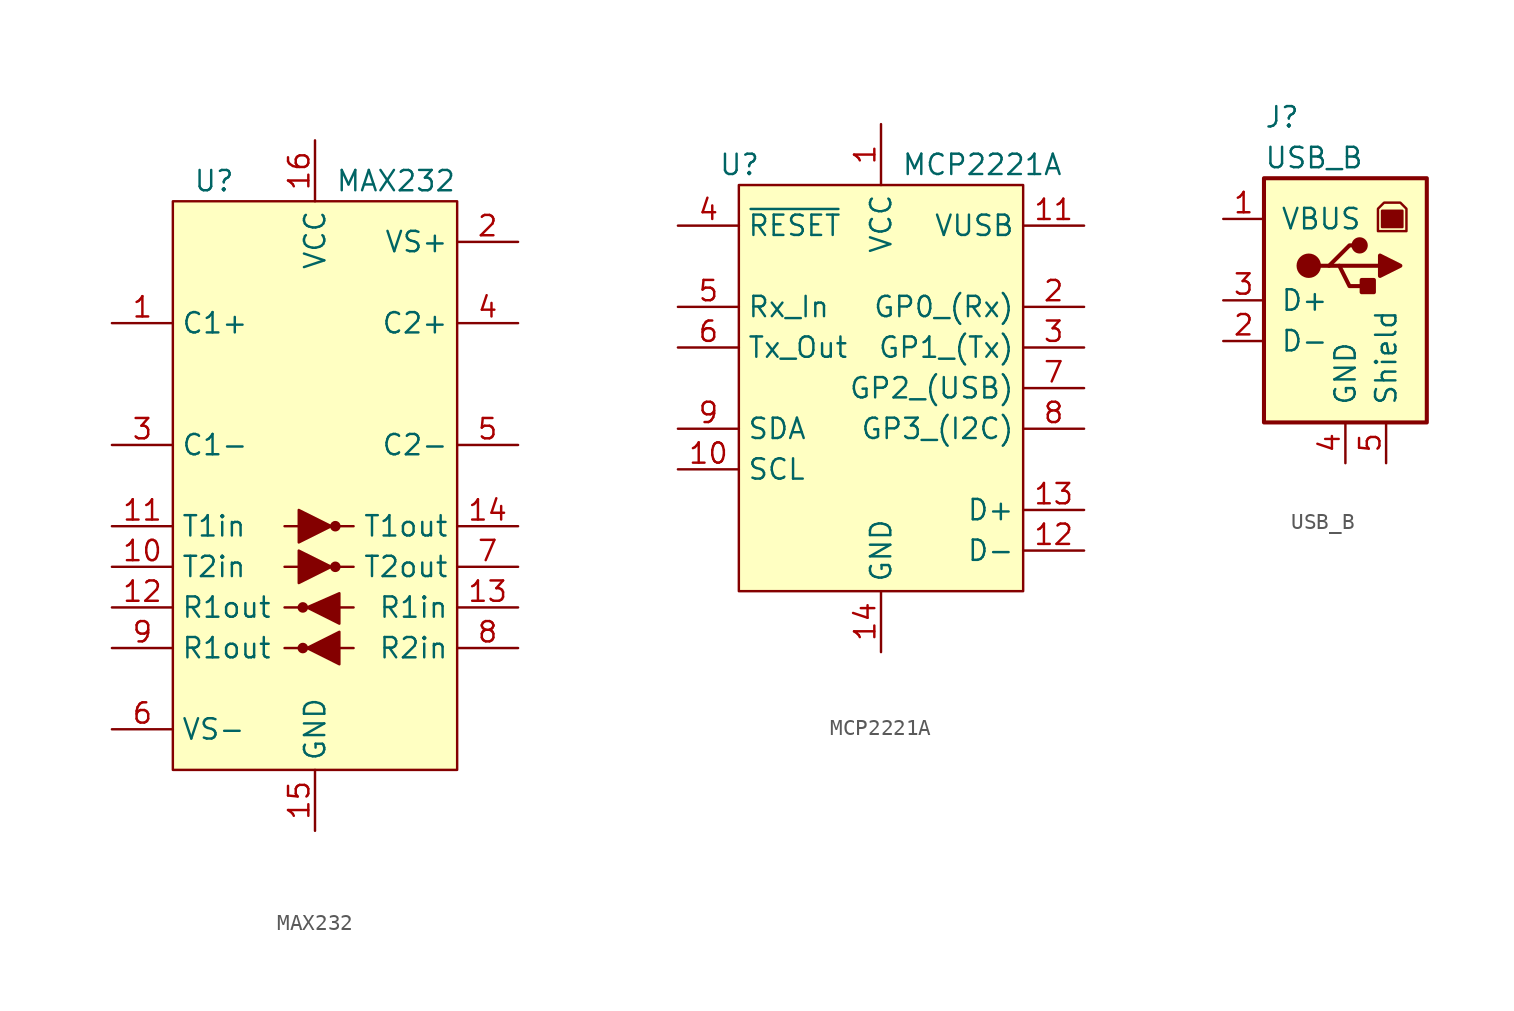
<source format=kicad_sym>
(kicad_symbol_lib
  (version 20211014)
  (generator kicad_symbol_editor)
  (symbol "MAX232"
    (property "Reference" "U"
      (at -7.62 0 0)
      (effects (font (size 1.27 1.27)) (justify left)))
    (property "Value" "MAX232"
      (at 1.27 0 0)
      (effects (font (size 1.27 1.27)) (justify left)))
    (symbol "MAX232_0_1"
      (rectangle (start -8.89 -1.27) (end 8.89 -36.83) (stroke (width 0.152) (type default) (color 0 0 0 0)) (fill (type background)))
      (circle (center -0.762 -29.21) (radius 0.254) (stroke (width 0.152) (type default) (color 0 0 0 0)) (fill (type outline)))
      (circle (center -0.762 -26.67) (radius 0.254) (stroke (width 0.152) (type default) (color 0 0 0 0)) (fill (type outline)))
      (polyline (pts (xy -1.016 -24.13) (xy -1.905 -24.13)) (stroke (width 0.152) (type default) (color 0 0 0 0)) (fill (type none)))
      (polyline (pts (xy -1.016 -21.59) (xy -1.905 -21.59)) (stroke (width 0.152) (type default) (color 0 0 0 0)) (fill (type none)))
      (polyline (pts (xy -0.508 -29.21) (xy -1.905 -29.21)) (stroke (width 0.152) (type default) (color 0 0 0 0)) (fill (type none)))
      (polyline (pts (xy -0.508 -26.67) (xy -1.905 -26.67)) (stroke (width 0.152) (type default) (color 0 0 0 0)) (fill (type none)))
      (polyline (pts (xy 1.016 -24.13) (xy 2.413 -24.13)) (stroke (width 0.152) (type default) (color 0 0 0 0)) (fill (type none)))
      (polyline (pts (xy 1.016 -21.59) (xy 2.413 -21.59)) (stroke (width 0.152) (type default) (color 0 0 0 0)) (fill (type none)))
      (polyline (pts (xy 1.524 -29.21) (xy 2.413 -29.21)) (stroke (width 0.152) (type default) (color 0 0 0 0)) (fill (type none)))
      (polyline (pts (xy 1.524 -26.67) (xy 2.413 -26.67)) (stroke (width 0.152) (type default) (color 0 0 0 0)) (fill (type none)))
      (polyline (pts (xy -1.016 -23.114) (xy 1.016 -24.13) (xy -1.016 -25.146) (xy -1.016 -23.114)) (stroke (width 0.152) (type default) (color 0 0 0 0)) (fill (type outline)))
      (polyline (pts (xy -1.016 -20.574) (xy -1.016 -22.606) (xy 1.016 -21.59) (xy -1.016 -20.574)) (stroke (width 0.152) (type default) (color 0 0 0 0)) (fill (type outline)))
      (polyline (pts (xy 1.524 -28.194) (xy 1.524 -30.226) (xy -0.508 -29.21) (xy 1.524 -28.194)) (stroke (width 0.152) (type default) (color 0 0 0 0)) (fill (type outline)))
      (polyline (pts (xy 1.524 -25.781) (xy 1.524 -27.686) (xy -0.508 -26.67) (xy 1.524 -25.781)) (stroke (width 0.152) (type default) (color 0 0 0 0)) (fill (type outline)))
      (circle (center 1.27 -24.13) (radius 0.254) (stroke (width 0.152) (type default) (color 0 0 0 0)) (fill (type outline)))
      (circle (center 1.27 -21.59) (radius 0.254) (stroke (width 0.152) (type default) (color 0 0 0 0)) (fill (type outline))))
    (symbol "MAX232_1_1"
      (pin passive line (at -12.7 -8.89 0) (length 3.81) (name "C1+" (effects (font (size 1.27 1.27)))) (number "1" (effects (font (size 1.27 1.27)))))
      (pin input line (at -12.7 -24.13 0) (length 3.81) (name "T2in" (effects (font (size 1.27 1.27)))) (number "10" (effects (font (size 1.27 1.27)))))
      (pin input line (at -12.7 -21.59 0) (length 3.81) (name "T1in" (effects (font (size 1.27 1.27)))) (number "11" (effects (font (size 1.27 1.27)))))
      (pin output line (at -12.7 -26.67 0) (length 3.81) (name "R1out" (effects (font (size 1.27 1.27)))) (number "12" (effects (font (size 1.27 1.27)))))
      (pin input line (at 12.7 -26.67 180) (length 3.81) (name "R1in" (effects (font (size 1.27 1.27)))) (number "13" (effects (font (size 1.27 1.27)))))
      (pin output line (at 12.7 -21.59 180) (length 3.81) (name "T1out" (effects (font (size 1.27 1.27)))) (number "14" (effects (font (size 1.27 1.27)))))
      (pin power_in line (at 0 -40.64 90) (length 3.81) (name "GND" (effects (font (size 1.27 1.27)))) (number "15" (effects (font (size 1.27 1.27)))))
      (pin power_in line (at 0 2.54 270) (length 3.81) (name "VCC" (effects (font (size 1.27 1.27)))) (number "16" (effects (font (size 1.27 1.27)))))
      (pin power_out line (at 12.7 -3.81 180) (length 3.81) (name "VS+" (effects (font (size 1.27 1.27)))) (number "2" (effects (font (size 1.27 1.27)))))
      (pin passive line (at -12.7 -16.51 0) (length 3.81) (name "C1-" (effects (font (size 1.27 1.27)))) (number "3" (effects (font (size 1.27 1.27)))))
      (pin passive line (at 12.7 -8.89 180) (length 3.81) (name "C2+" (effects (font (size 1.27 1.27)))) (number "4" (effects (font (size 1.27 1.27)))))
      (pin passive line (at 12.7 -16.51 180) (length 3.81) (name "C2-" (effects (font (size 1.27 1.27)))) (number "5" (effects (font (size 1.27 1.27)))))
      (pin power_out line (at -12.7 -34.29 0) (length 3.81) (name "VS-" (effects (font (size 1.27 1.27)))) (number "6" (effects (font (size 1.27 1.27)))))
      (pin output line (at 12.7 -24.13 180) (length 3.81) (name "T2out" (effects (font (size 1.27 1.27)))) (number "7" (effects (font (size 1.27 1.27)))))
      (pin input line (at 12.7 -29.21 180) (length 3.81) (name "R2in" (effects (font (size 1.27 1.27)))) (number "8" (effects (font (size 1.27 1.27)))))
      (pin output line (at -12.7 -29.21 0) (length 3.81) (name "R1out" (effects (font (size 1.27 1.27)))) (number "9" (effects (font (size 1.27 1.27)))))))
  (symbol "MCP2221A"
    (property "Reference" "U"
      (at -10.16 1.27 0)
      (effects (font (size 1.27 1.27)) (justify left)))
    (property "Value" "MCP2221A"
      (at 1.27 1.27 0)
      (effects (font (size 1.27 1.27)) (justify left)))
    (symbol "MCP2221A_0_1"
      (rectangle (start -8.89 0) (end 8.89 -25.4) (stroke (width 0.152) (type default) (color 0 0 0 0)) (fill (type background))))
    (symbol "MCP2221A_1_1"
      (pin power_in line (at 0 3.81 270) (length 3.81) (name "VCC" (effects (font (size 1.27 1.27)))) (number "1" (effects (font (size 1.27 1.27)))))
      (pin bidirectional line (at -12.7 -17.78 0) (length 3.81) (name "SCL" (effects (font (size 1.27 1.27)))) (number "10" (effects (font (size 1.27 1.27)))))
      (pin power_out line (at 12.7 -2.54 180) (length 3.81) (name "VUSB" (effects (font (size 1.27 1.27)))) (number "11" (effects (font (size 1.27 1.27)))))
      (pin bidirectional line (at 12.7 -22.86 180) (length 3.81) (name "D-" (effects (font (size 1.27 1.27)))) (number "12" (effects (font (size 1.27 1.27)))))
      (pin bidirectional line (at 12.7 -20.32 180) (length 3.81) (name "D+" (effects (font (size 1.27 1.27)))) (number "13" (effects (font (size 1.27 1.27)))))
      (pin power_in line (at 0 -29.21 90) (length 3.81) (name "GND" (effects (font (size 1.27 1.27)))) (number "14" (effects (font (size 1.27 1.27)))))
      (pin bidirectional line (at 12.7 -7.62 180) (length 3.81) (name "GP0_(Rx)" (effects (font (size 1.27 1.27)))) (number "2" (effects (font (size 1.27 1.27)))))
      (pin bidirectional line (at 12.7 -10.16 180) (length 3.81) (name "GP1_(Tx)" (effects (font (size 1.27 1.27)))) (number "3" (effects (font (size 1.27 1.27)))))
      (pin input line (at -12.7 -2.54 0) (length 3.81) (name "~{RESET}" (effects (font (size 1.27 1.27)))) (number "4" (effects (font (size 1.27 1.27)))))
      (pin input line (at -12.7 -7.62 0) (length 3.81) (name "Rx_In" (effects (font (size 1.27 1.27)))) (number "5" (effects (font (size 1.27 1.27)))))
      (pin output line (at -12.7 -10.16 0) (length 3.81) (name "Tx_Out" (effects (font (size 1.27 1.27)))) (number "6" (effects (font (size 1.27 1.27)))))
      (pin bidirectional line (at 12.7 -12.7 180) (length 3.81) (name "GP2_(USB)" (effects (font (size 1.27 1.27)))) (number "7" (effects (font (size 1.27 1.27)))))
      (pin bidirectional line (at 12.7 -15.24 180) (length 3.81) (name "GP3_(I2C)" (effects (font (size 1.27 1.27)))) (number "8" (effects (font (size 1.27 1.27)))))
      (pin bidirectional line (at -12.7 -15.24 0) (length 3.81) (name "SDA" (effects (font (size 1.27 1.27)))) (number "9" (effects (font (size 1.27 1.27)))))))
  (symbol "USB_B"
    (pin_names
      (offset 1.016))
    (property "Reference" "J"
      (at -5.08 11.43 0)
      (effects (font (size 1.27 1.27)) (justify left)))
    (property "Value" "USB_B"
      (at -5.08 8.89 0)
      (effects (font (size 1.27 1.27)) (justify left)))
    (symbol "USB_B_0_1"
      (rectangle (start -5.08 -7.62) (end 5.08 7.62) (stroke (width 0.254) (type default) (color 0 0 0 0)) (fill (type background)))
      (circle (center -2.286 2.159) (radius 0.635) (stroke (width 0.254) (type default) (color 0 0 0 0)) (fill (type outline)))
      (polyline (pts (xy -0.381 2.159) (xy 2.159 2.159)) (stroke (width 0.254) (type default) (color 0 0 0 0)) (fill (type none)))
      (polyline (pts (xy -1.651 2.159) (xy -1.016 2.159) (xy 0.254 3.429) (xy 0.889 3.429)) (stroke (width 0.254) (type default) (color 0 0 0 0)) (fill (type none)))
      (polyline (pts (xy -1.016 2.159) (xy -0.381 2.159) (xy 0.254 0.889) (xy 1.524 0.889)) (stroke (width 0.254) (type default) (color 0 0 0 0)) (fill (type none)))
      (polyline (pts (xy 2.159 2.794) (xy 2.159 1.524) (xy 3.429 2.159) (xy 2.159 2.794)) (stroke (width 0.254) (type default) (color 0 0 0 0)) (fill (type outline)))
      (polyline (pts (xy 2.032 4.318) (xy 3.81 4.318) (xy 3.81 5.715) (xy 3.429 6.096) (xy 2.413 6.096) (xy 2.032 5.715) (xy 2.032 4.318)) (stroke (width 0) (type default) (color 0 0 0 0)) (fill (type none)))
      (circle (center 0.889 3.429) (radius 0.381) (stroke (width 0.254) (type default) (color 0 0 0 0)) (fill (type outline)))
      (rectangle (start 1.778 1.27) (end 1.016 0.508) (stroke (width 0.254) (type default) (color 0 0 0 0)) (fill (type outline)))
      (rectangle (start 2.286 5.588) (end 3.556 4.572) (stroke (width 0) (type default) (color 0 0 0 0)) (fill (type outline))))
    (symbol "USB_B_1_1"
      (pin power_out line (at -7.62 5.08 0) (length 2.54) (name "VBUS" (effects (font (size 1.27 1.27)))) (number "1" (effects (font (size 1.27 1.27)))))
      (pin bidirectional line (at -7.62 -2.54 0) (length 2.54) (name "D-" (effects (font (size 1.27 1.27)))) (number "2" (effects (font (size 1.27 1.27)))))
      (pin bidirectional line (at -7.62 0 0) (length 2.54) (name "D+" (effects (font (size 1.27 1.27)))) (number "3" (effects (font (size 1.27 1.27)))))
      (pin power_in line (at 0 -10.16 90) (length 2.54) (name "GND" (effects (font (size 1.27 1.27)))) (number "4" (effects (font (size 1.27 1.27)))))
      (pin passive line (at 2.54 -10.16 90) (length 2.54) (name "Shield" (effects (font (size 1.27 1.27)))) (number "5" (effects (font (size 1.27 1.27))))))))
</source>
